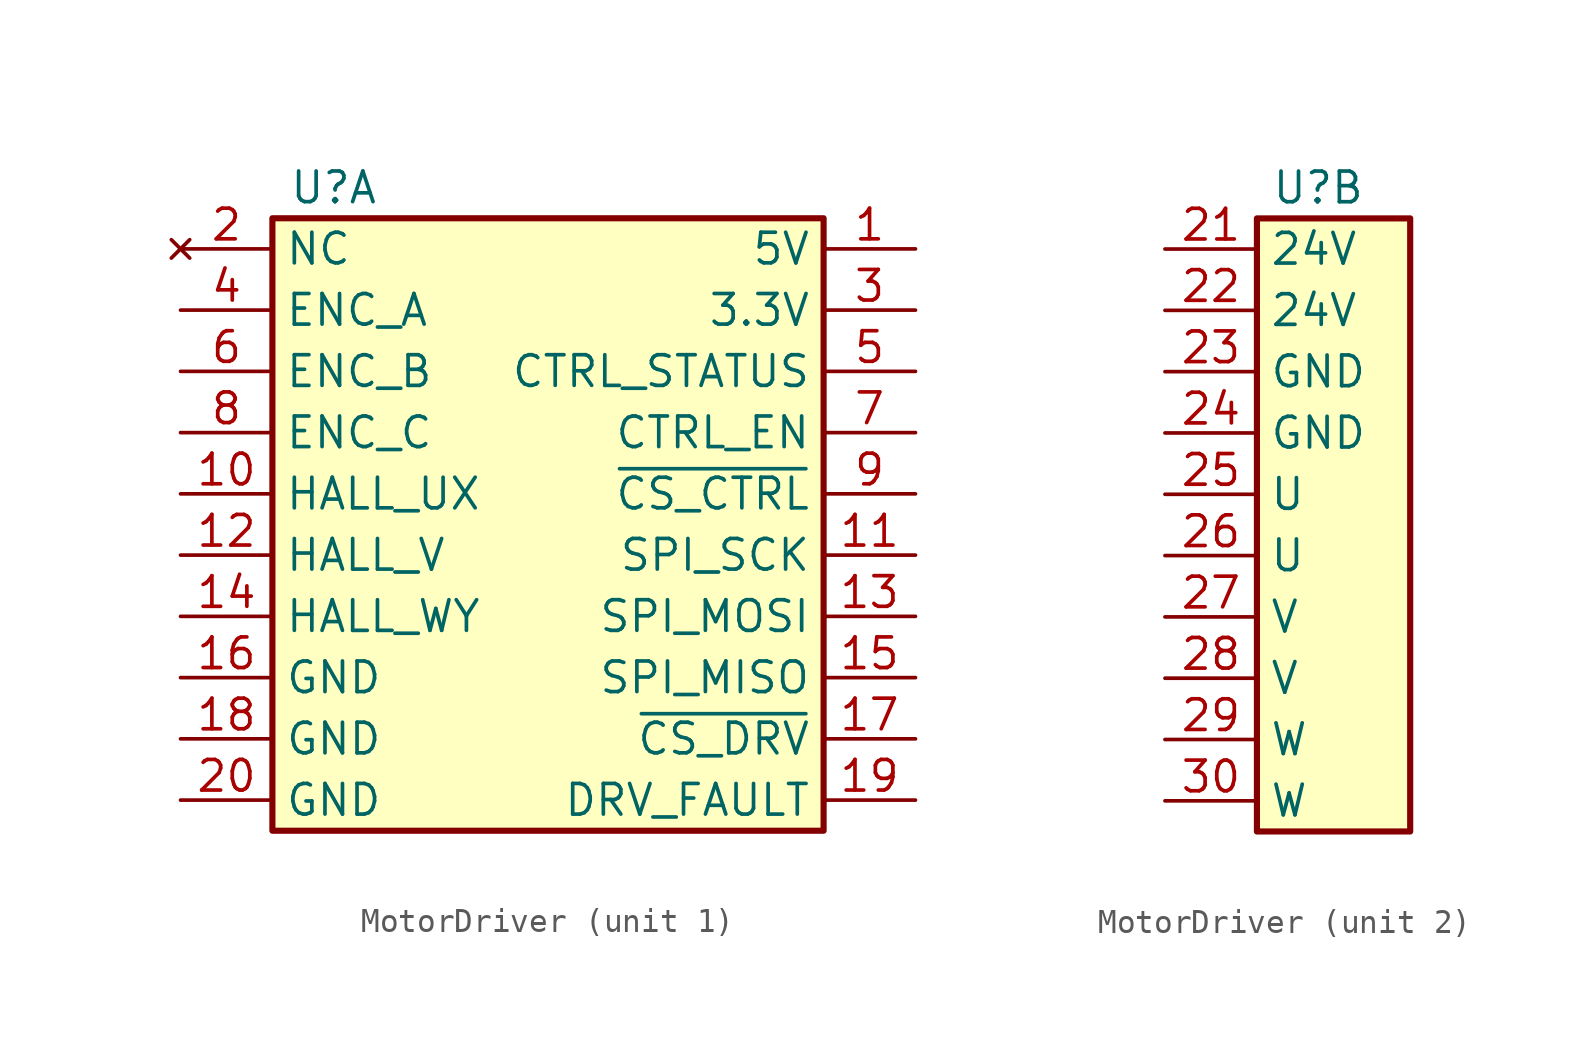
<source format=kicad_sym>
(kicad_symbol_lib
  (version 20220914)
  (generator kicad_symbol_editor)
  (symbol "MotorDriver"
    (property "Reference" "U"
      (at 0 12.7 0)
      (effects (font (size 1.27 1.27))))
    (property "Value" ""
      (at 0 12.7 0)
      (effects (font (size 1.27 1.27))))
    (property "ki_locked" ""
      (at 0 0 0)
      (effects (font (size 1.27 1.27))))
    (symbol "MotorDriver_1_1"
      (rectangle (start -2.54 11.43) (end 20.32 -13.97) (stroke (width 0.254) (type default)) (fill (type background)))
      (pin power_in line (at 24.13 10.16 180) (length 3.81) (name "5V" (effects (font (size 1.27 1.27)))) (number "1" (effects (font (size 1.27 1.27)))))
      (pin input line (at -6.35 0 0) (length 3.81) (name "HALL_UX" (effects (font (size 1.27 1.27)))) (number "10" (effects (font (size 1.27 1.27)))))
      (pin input line (at 24.13 -2.54 180) (length 3.81) (name "SPI_SCK" (effects (font (size 1.27 1.27)))) (number "11" (effects (font (size 1.27 1.27)))))
      (pin input line (at -6.35 -2.54 0) (length 3.81) (name "HALL_V" (effects (font (size 1.27 1.27)))) (number "12" (effects (font (size 1.27 1.27)))))
      (pin input line (at 24.13 -5.08 180) (length 3.81) (name "SPI_MOSI" (effects (font (size 1.27 1.27)))) (number "13" (effects (font (size 1.27 1.27)))))
      (pin input line (at -6.35 -5.08 0) (length 3.81) (name "HALL_WY" (effects (font (size 1.27 1.27)))) (number "14" (effects (font (size 1.27 1.27)))))
      (pin output line (at 24.13 -7.62 180) (length 3.81) (name "SPI_MISO" (effects (font (size 1.27 1.27)))) (number "15" (effects (font (size 1.27 1.27)))))
      (pin power_in line (at -6.35 -7.62 0) (length 3.81) (name "GND" (effects (font (size 1.27 1.27)))) (number "16" (effects (font (size 1.27 1.27)))))
      (pin input line (at 24.13 -10.16 180) (length 3.81) (name "~{CS_DRV}" (effects (font (size 1.27 1.27)))) (number "17" (effects (font (size 1.27 1.27)))))
      (pin power_in line (at -6.35 -10.16 0) (length 3.81) (name "GND" (effects (font (size 1.27 1.27)))) (number "18" (effects (font (size 1.27 1.27)))))
      (pin output line (at 24.13 -12.7 180) (length 3.81) (name "DRV_FAULT" (effects (font (size 1.27 1.27)))) (number "19" (effects (font (size 1.27 1.27)))))
      (pin no_connect line (at -6.35 10.16 0) (length 3.81) (name "NC" (effects (font (size 1.27 1.27)))) (number "2" (effects (font (size 1.27 1.27)))))
      (pin power_in line (at -6.35 -12.7 0) (length 3.81) (name "GND" (effects (font (size 1.27 1.27)))) (number "20" (effects (font (size 1.27 1.27)))))
      (pin power_in line (at 24.13 7.62 180) (length 3.81) (name "3.3V" (effects (font (size 1.27 1.27)))) (number "3" (effects (font (size 1.27 1.27)))))
      (pin input line (at -6.35 7.62 0) (length 3.81) (name "ENC_A" (effects (font (size 1.27 1.27)))) (number "4" (effects (font (size 1.27 1.27)))))
      (pin output line (at 24.13 5.08 180) (length 3.81) (name "CTRL_STATUS" (effects (font (size 1.27 1.27)))) (number "5" (effects (font (size 1.27 1.27)))))
      (pin input line (at -6.35 5.08 0) (length 3.81) (name "ENC_B" (effects (font (size 1.27 1.27)))) (number "6" (effects (font (size 1.27 1.27)))))
      (pin input line (at 24.13 2.54 180) (length 3.81) (name "CTRL_EN" (effects (font (size 1.27 1.27)))) (number "7" (effects (font (size 1.27 1.27)))))
      (pin input line (at -6.35 2.54 0) (length 3.81) (name "ENC_C" (effects (font (size 1.27 1.27)))) (number "8" (effects (font (size 1.27 1.27)))))
      (pin input line (at 24.13 0 180) (length 3.81) (name "~{CS_CTRL}" (effects (font (size 1.27 1.27)))) (number "9" (effects (font (size 1.27 1.27))))))
    (symbol "MotorDriver_2_1"
      (rectangle (start -2.54 11.43) (end 3.81 -13.97) (stroke (width 0.254) (type default)) (fill (type background)))
      (pin power_in line (at -6.35 10.16 0) (length 3.81) (name "24V" (effects (font (size 1.27 1.27)))) (number "21" (effects (font (size 1.27 1.27)))))
      (pin power_in line (at -6.35 7.62 0) (length 3.81) (name "24V" (effects (font (size 1.27 1.27)))) (number "22" (effects (font (size 1.27 1.27)))))
      (pin power_in line (at -6.35 5.08 0) (length 3.81) (name "GND" (effects (font (size 1.27 1.27)))) (number "23" (effects (font (size 1.27 1.27)))))
      (pin power_in line (at -6.35 2.54 0) (length 3.81) (name "GND" (effects (font (size 1.27 1.27)))) (number "24" (effects (font (size 1.27 1.27)))))
      (pin output line (at -6.35 0 0) (length 3.81) (name "U" (effects (font (size 1.27 1.27)))) (number "25" (effects (font (size 1.27 1.27)))))
      (pin output line (at -6.35 -2.54 0) (length 3.81) (name "U" (effects (font (size 1.27 1.27)))) (number "26" (effects (font (size 1.27 1.27)))))
      (pin output line (at -6.35 -5.08 0) (length 3.81) (name "V" (effects (font (size 1.27 1.27)))) (number "27" (effects (font (size 1.27 1.27)))))
      (pin output line (at -6.35 -7.62 0) (length 3.81) (name "V" (effects (font (size 1.27 1.27)))) (number "28" (effects (font (size 1.27 1.27)))))
      (pin output line (at -6.35 -10.16 0) (length 3.81) (name "W" (effects (font (size 1.27 1.27)))) (number "29" (effects (font (size 1.27 1.27)))))
      (pin output line (at -6.35 -12.7 0) (length 3.81) (name "W" (effects (font (size 1.27 1.27)))) (number "30" (effects (font (size 1.27 1.27))))))))
</source>
